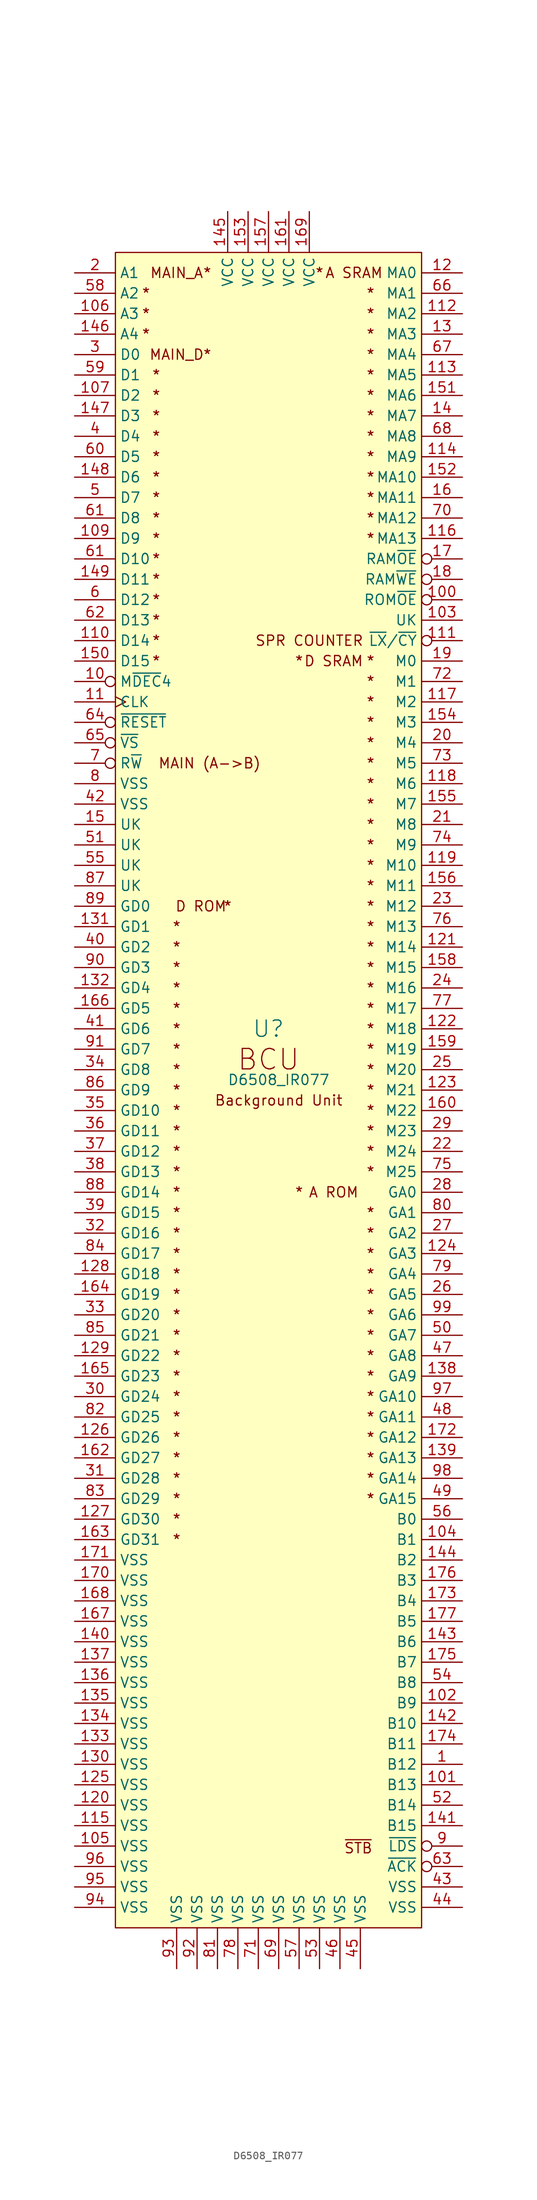
<source format=kicad_sym>
(kicad_symbol_lib
  (version 20211014)
  (generator kicad_symbol_editor)
  (symbol "D6508_IR077"
    (property "Reference" "U"
      (at 0 5.08 0)
      (effects (font (size 2.032 2.032))))
    (property "Value" "D6508_IR077"
      (at 1.27 -1.27 0)
      (effects (font (size 1.27 1.27))))
    (symbol "D6508_IR077_0_0"
      (text " (A->B)" (at -5.08 38.1 0) (effects (font (size 1.27 1.27))))
      (text " A ROM" (at 7.62 -15.24 0) (effects (font (size 1.27 1.27))))
      (text " A SRAM" (at 10.16 99.06 0) (effects (font (size 1.27 1.27))))
      (text " D ROM" (at -8.89 20.32 0) (effects (font (size 1.27 1.27))))
      (text " D SRAM" (at 7.62 50.8 0) (effects (font (size 1.27 1.27))))
      (text "*" (at -15.24 91.44 0) (effects (font (size 1.27 1.27))))
      (text "*" (at -15.24 93.98 0) (effects (font (size 1.27 1.27))))
      (text "*" (at -15.24 96.52 0) (effects (font (size 1.27 1.27))))
      (text "*" (at -13.97 50.8 0) (effects (font (size 1.27 1.27))))
      (text "*" (at -13.97 53.34 0) (effects (font (size 1.27 1.27))))
      (text "*" (at -13.97 55.88 0) (effects (font (size 1.27 1.27))))
      (text "*" (at -13.97 58.42 0) (effects (font (size 1.27 1.27))))
      (text "*" (at -13.97 60.96 0) (effects (font (size 1.27 1.27))))
      (text "*" (at -13.97 63.5 0) (effects (font (size 1.27 1.27))))
      (text "*" (at -13.97 66.04 0) (effects (font (size 1.27 1.27))))
      (text "*" (at -13.97 68.58 0) (effects (font (size 1.27 1.27))))
      (text "*" (at -13.97 71.12 0) (effects (font (size 1.27 1.27))))
      (text "*" (at -13.97 73.66 0) (effects (font (size 1.27 1.27))))
      (text "*" (at -13.97 76.2 0) (effects (font (size 1.27 1.27))))
      (text "*" (at -13.97 78.74 0) (effects (font (size 1.27 1.27))))
      (text "*" (at -13.97 81.28 0) (effects (font (size 1.27 1.27))))
      (text "*" (at -13.97 83.82 0) (effects (font (size 1.27 1.27))))
      (text "*" (at -13.97 86.36 0) (effects (font (size 1.27 1.27))))
      (text "*" (at -11.43 -58.42 0) (effects (font (size 1.27 1.27))))
      (text "*" (at -11.43 -55.88 0) (effects (font (size 1.27 1.27))))
      (text "*" (at -11.43 -53.34 0) (effects (font (size 1.27 1.27))))
      (text "*" (at -11.43 -50.8 0) (effects (font (size 1.27 1.27))))
      (text "*" (at -11.43 -48.26 0) (effects (font (size 1.27 1.27))))
      (text "*" (at -11.43 -45.72 0) (effects (font (size 1.27 1.27))))
      (text "*" (at -11.43 -43.18 0) (effects (font (size 1.27 1.27))))
      (text "*" (at -11.43 -40.64 0) (effects (font (size 1.27 1.27))))
      (text "*" (at -11.43 -38.1 0) (effects (font (size 1.27 1.27))))
      (text "*" (at -11.43 -35.56 0) (effects (font (size 1.27 1.27))))
      (text "*" (at -11.43 -33.02 0) (effects (font (size 1.27 1.27))))
      (text "*" (at -11.43 -30.48 0) (effects (font (size 1.27 1.27))))
      (text "*" (at -11.43 -27.94 0) (effects (font (size 1.27 1.27))))
      (text "*" (at -11.43 -25.4 0) (effects (font (size 1.27 1.27))))
      (text "*" (at -11.43 -22.86 0) (effects (font (size 1.27 1.27))))
      (text "*" (at -11.43 -20.32 0) (effects (font (size 1.27 1.27))))
      (text "*" (at -11.43 -17.78 0) (effects (font (size 1.27 1.27))))
      (text "*" (at -11.43 -15.24 0) (effects (font (size 1.27 1.27))))
      (text "*" (at -11.43 -12.7 0) (effects (font (size 1.27 1.27))))
      (text "*" (at -11.43 -10.16 0) (effects (font (size 1.27 1.27))))
      (text "*" (at -11.43 -7.62 0) (effects (font (size 1.27 1.27))))
      (text "*" (at -11.43 -5.08 0) (effects (font (size 1.27 1.27))))
      (text "*" (at -11.43 -2.54 0) (effects (font (size 1.27 1.27))))
      (text "*" (at -11.43 0 0) (effects (font (size 1.27 1.27))))
      (text "*" (at -11.43 2.54 0) (effects (font (size 1.27 1.27))))
      (text "*" (at -11.43 5.08 0) (effects (font (size 1.27 1.27))))
      (text "*" (at -11.43 7.62 0) (effects (font (size 1.27 1.27))))
      (text "*" (at -11.43 10.16 0) (effects (font (size 1.27 1.27))))
      (text "*" (at -11.43 12.7 0) (effects (font (size 1.27 1.27))))
      (text "*" (at -11.43 15.24 0) (effects (font (size 1.27 1.27))))
      (text "*" (at -11.43 17.78 0) (effects (font (size 1.27 1.27))))
      (text "*" (at -7.62 88.9 0) (effects (font (size 1.27 1.27))))
      (text "*" (at -7.62 99.06 0) (effects (font (size 1.27 1.27))))
      (text "*" (at -5.08 20.32 0) (effects (font (size 1.27 1.27))))
      (text "*" (at 3.81 -15.24 0) (effects (font (size 1.27 1.27))))
      (text "*" (at 3.81 50.8 0) (effects (font (size 1.27 1.27))))
      (text "*" (at 6.35 99.06 0) (effects (font (size 1.27 1.27))))
      (text "*" (at 12.7 -53.34 0) (effects (font (size 1.27 1.27))))
      (text "*" (at 12.7 -50.8 0) (effects (font (size 1.27 1.27))))
      (text "*" (at 12.7 -48.26 0) (effects (font (size 1.27 1.27))))
      (text "*" (at 12.7 -45.72 0) (effects (font (size 1.27 1.27))))
      (text "*" (at 12.7 -43.18 0) (effects (font (size 1.27 1.27))))
      (text "*" (at 12.7 -40.64 0) (effects (font (size 1.27 1.27))))
      (text "*" (at 12.7 -38.1 0) (effects (font (size 1.27 1.27))))
      (text "*" (at 12.7 -35.56 0) (effects (font (size 1.27 1.27))))
      (text "*" (at 12.7 -33.02 0) (effects (font (size 1.27 1.27))))
      (text "*" (at 12.7 -30.48 0) (effects (font (size 1.27 1.27))))
      (text "*" (at 12.7 -27.94 0) (effects (font (size 1.27 1.27))))
      (text "*" (at 12.7 -25.4 0) (effects (font (size 1.27 1.27))))
      (text "*" (at 12.7 -22.86 0) (effects (font (size 1.27 1.27))))
      (text "*" (at 12.7 -20.32 0) (effects (font (size 1.27 1.27))))
      (text "*" (at 12.7 -17.78 0) (effects (font (size 1.27 1.27))))
      (text "*" (at 12.7 -12.7 0) (effects (font (size 1.27 1.27))))
      (text "*" (at 12.7 -10.16 0) (effects (font (size 1.27 1.27))))
      (text "*" (at 12.7 -7.62 0) (effects (font (size 1.27 1.27))))
      (text "*" (at 12.7 -5.08 0) (effects (font (size 1.27 1.27))))
      (text "*" (at 12.7 -2.54 0) (effects (font (size 1.27 1.27))))
      (text "*" (at 12.7 0 0) (effects (font (size 1.27 1.27))))
      (text "*" (at 12.7 2.54 0) (effects (font (size 1.27 1.27))))
      (text "*" (at 12.7 5.08 0) (effects (font (size 1.27 1.27))))
      (text "*" (at 12.7 7.62 0) (effects (font (size 1.27 1.27))))
      (text "*" (at 12.7 10.16 0) (effects (font (size 1.27 1.27))))
      (text "*" (at 12.7 12.7 0) (effects (font (size 1.27 1.27))))
      (text "*" (at 12.7 15.24 0) (effects (font (size 1.27 1.27))))
      (text "*" (at 12.7 17.78 0) (effects (font (size 1.27 1.27))))
      (text "*" (at 12.7 20.32 0) (effects (font (size 1.27 1.27))))
      (text "*" (at 12.7 22.86 0) (effects (font (size 1.27 1.27))))
      (text "*" (at 12.7 25.4 0) (effects (font (size 1.27 1.27))))
      (text "*" (at 12.7 27.94 0) (effects (font (size 1.27 1.27))))
      (text "*" (at 12.7 30.48 0) (effects (font (size 1.27 1.27))))
      (text "*" (at 12.7 33.02 0) (effects (font (size 1.27 1.27))))
      (text "*" (at 12.7 35.56 0) (effects (font (size 1.27 1.27))))
      (text "*" (at 12.7 38.1 0) (effects (font (size 1.27 1.27))))
      (text "*" (at 12.7 40.64 0) (effects (font (size 1.27 1.27))))
      (text "*" (at 12.7 43.18 0) (effects (font (size 1.27 1.27))))
      (text "*" (at 12.7 45.72 0) (effects (font (size 1.27 1.27))))
      (text "*" (at 12.7 48.26 0) (effects (font (size 1.27 1.27))))
      (text "*" (at 12.7 50.8 0) (effects (font (size 1.27 1.27))))
      (text "*" (at 12.7 66.04 0) (effects (font (size 1.27 1.27))))
      (text "*" (at 12.7 68.58 0) (effects (font (size 1.27 1.27))))
      (text "*" (at 12.7 71.12 0) (effects (font (size 1.27 1.27))))
      (text "*" (at 12.7 73.66 0) (effects (font (size 1.27 1.27))))
      (text "*" (at 12.7 76.2 0) (effects (font (size 1.27 1.27))))
      (text "*" (at 12.7 78.74 0) (effects (font (size 1.27 1.27))))
      (text "*" (at 12.7 81.28 0) (effects (font (size 1.27 1.27))))
      (text "*" (at 12.7 83.82 0) (effects (font (size 1.27 1.27))))
      (text "*" (at 12.7 86.36 0) (effects (font (size 1.27 1.27))))
      (text "*" (at 12.7 88.9 0) (effects (font (size 1.27 1.27))))
      (text "*" (at 12.7 91.44 0) (effects (font (size 1.27 1.27))))
      (text "*" (at 12.7 93.98 0) (effects (font (size 1.27 1.27))))
      (text "*" (at 12.7 96.52 0) (effects (font (size 1.27 1.27))))
      (text "Background Unit" (at 1.27 -3.81 0) (effects (font (size 1.27 1.27))))
      (text "BCU" (at 0 1.27 0) (effects (font (size 2.54 2.54))))
      (text "MAIN" (at -11.43 38.1 0) (effects (font (size 1.27 1.27))))
      (text "MAIN_A" (at -11.43 99.06 0) (effects (font (size 1.27 1.27))))
      (text "MAIN_D" (at -11.43 88.9 0) (effects (font (size 1.27 1.27))))
      (text "SPR COUNTER" (at 5.08 53.34 0) (effects (font (size 1.27 1.27))))
      (text "~{STB}" (at 11.176 -96.774 0) (effects (font (size 1.27 1.27)))))
    (symbol "D6508_IR077_0_1"
      (rectangle (start -19.05 101.6) (end 19.05 -106.68) (stroke (width 0) (type default) (color 0 0 0 0)) (fill (type background))))
    (symbol "D6508_IR077_1_1"
      (pin bidirectional line (at 24.13 -86.36 180) (length 5.08) (name "B12" (effects (font (size 1.27 1.27)))) (number "1" (effects (font (size 1.27 1.27)))))
      (pin input inverted (at -24.13 48.26 0) (length 5.08) (name "M~{DEC}4" (effects (font (size 1.27 1.27)))) (number "10" (effects (font (size 1.27 1.27)))))
      (pin output inverted (at 24.13 58.42 180) (length 5.08) (name "ROM~{OE}" (effects (font (size 1.27 1.27)))) (number "100" (effects (font (size 1.27 1.27)))))
      (pin bidirectional line (at 24.13 -88.9 180) (length 5.08) (name "B13" (effects (font (size 1.27 1.27)))) (number "101" (effects (font (size 1.27 1.27)))))
      (pin bidirectional line (at 24.13 -78.74 180) (length 5.08) (name "B9" (effects (font (size 1.27 1.27)))) (number "102" (effects (font (size 1.27 1.27)))))
      (pin output line (at 24.13 55.88 180) (length 5.08) (name "UK" (effects (font (size 1.27 1.27)))) (number "103" (effects (font (size 1.27 1.27)))))
      (pin bidirectional line (at 24.13 -58.42 180) (length 5.08) (name "B1" (effects (font (size 1.27 1.27)))) (number "104" (effects (font (size 1.27 1.27)))))
      (pin power_in line (at -24.13 -96.52 0) (length 5.08) (name "VSS" (effects (font (size 1.27 1.27)))) (number "105" (effects (font (size 1.27 1.27)))))
      (pin input line (at -24.13 93.98 0) (length 5.08) (name "A3" (effects (font (size 1.27 1.27)))) (number "106" (effects (font (size 1.27 1.27)))))
      (pin bidirectional line (at -24.13 83.82 0) (length 5.08) (name "D2" (effects (font (size 1.27 1.27)))) (number "107" (effects (font (size 1.27 1.27)))))
      (pin bidirectional line (at -24.13 66.04 0) (length 5.08) (name "D9" (effects (font (size 1.27 1.27)))) (number "109" (effects (font (size 1.27 1.27)))))
      (pin input clock (at -24.13 45.72 0) (length 5.08) (name "CLK" (effects (font (size 1.27 1.27)))) (number "11" (effects (font (size 1.27 1.27)))))
      (pin bidirectional line (at -24.13 53.34 0) (length 5.08) (name "D14" (effects (font (size 1.27 1.27)))) (number "110" (effects (font (size 1.27 1.27)))))
      (pin output inverted (at 24.13 53.34 180) (length 5.08) (name "~{LX}/~{CY}" (effects (font (size 1.27 1.27)))) (number "111" (effects (font (size 1.27 1.27)))))
      (pin output line (at 24.13 93.98 180) (length 5.08) (name "MA2" (effects (font (size 1.27 1.27)))) (number "112" (effects (font (size 1.27 1.27)))))
      (pin output line (at 24.13 86.36 180) (length 5.08) (name "MA5" (effects (font (size 1.27 1.27)))) (number "113" (effects (font (size 1.27 1.27)))))
      (pin output line (at 24.13 76.2 180) (length 5.08) (name "MA9" (effects (font (size 1.27 1.27)))) (number "114" (effects (font (size 1.27 1.27)))))
      (pin power_in line (at -24.13 -93.98 0) (length 5.08) (name "VSS" (effects (font (size 1.27 1.27)))) (number "115" (effects (font (size 1.27 1.27)))))
      (pin output line (at 24.13 66.04 180) (length 5.08) (name "MA13" (effects (font (size 1.27 1.27)))) (number "116" (effects (font (size 1.27 1.27)))))
      (pin bidirectional line (at 24.13 45.72 180) (length 5.08) (name "M2" (effects (font (size 1.27 1.27)))) (number "117" (effects (font (size 1.27 1.27)))))
      (pin bidirectional line (at 24.13 35.56 180) (length 5.08) (name "M6" (effects (font (size 1.27 1.27)))) (number "118" (effects (font (size 1.27 1.27)))))
      (pin bidirectional line (at 24.13 25.4 180) (length 5.08) (name "M10" (effects (font (size 1.27 1.27)))) (number "119" (effects (font (size 1.27 1.27)))))
      (pin output line (at 24.13 99.06 180) (length 5.08) (name "MA0" (effects (font (size 1.27 1.27)))) (number "12" (effects (font (size 1.27 1.27)))))
      (pin power_in line (at -24.13 -91.44 0) (length 5.08) (name "VSS" (effects (font (size 1.27 1.27)))) (number "120" (effects (font (size 1.27 1.27)))))
      (pin bidirectional line (at 24.13 15.24 180) (length 5.08) (name "M14" (effects (font (size 1.27 1.27)))) (number "121" (effects (font (size 1.27 1.27)))))
      (pin bidirectional line (at 24.13 5.08 180) (length 5.08) (name "M18" (effects (font (size 1.27 1.27)))) (number "122" (effects (font (size 1.27 1.27)))))
      (pin bidirectional line (at 24.13 -2.54 180) (length 5.08) (name "M21" (effects (font (size 1.27 1.27)))) (number "123" (effects (font (size 1.27 1.27)))))
      (pin output line (at 24.13 -22.86 180) (length 5.08) (name "GA3" (effects (font (size 1.27 1.27)))) (number "124" (effects (font (size 1.27 1.27)))))
      (pin power_in line (at -24.13 -88.9 0) (length 5.08) (name "VSS" (effects (font (size 1.27 1.27)))) (number "125" (effects (font (size 1.27 1.27)))))
      (pin bidirectional line (at -24.13 -45.72 0) (length 5.08) (name "GD26" (effects (font (size 1.27 1.27)))) (number "126" (effects (font (size 1.27 1.27)))))
      (pin bidirectional line (at -24.13 -55.88 0) (length 5.08) (name "GD30" (effects (font (size 1.27 1.27)))) (number "127" (effects (font (size 1.27 1.27)))))
      (pin bidirectional line (at -24.13 -25.4 0) (length 5.08) (name "GD18" (effects (font (size 1.27 1.27)))) (number "128" (effects (font (size 1.27 1.27)))))
      (pin bidirectional line (at -24.13 -35.56 0) (length 5.08) (name "GD22" (effects (font (size 1.27 1.27)))) (number "129" (effects (font (size 1.27 1.27)))))
      (pin output line (at 24.13 91.44 180) (length 5.08) (name "MA3" (effects (font (size 1.27 1.27)))) (number "13" (effects (font (size 1.27 1.27)))))
      (pin power_in line (at -24.13 -86.36 0) (length 5.08) (name "VSS" (effects (font (size 1.27 1.27)))) (number "130" (effects (font (size 1.27 1.27)))))
      (pin bidirectional line (at -24.13 17.78 0) (length 5.08) (name "GD1" (effects (font (size 1.27 1.27)))) (number "131" (effects (font (size 1.27 1.27)))))
      (pin bidirectional line (at -24.13 10.16 0) (length 5.08) (name "GD4" (effects (font (size 1.27 1.27)))) (number "132" (effects (font (size 1.27 1.27)))))
      (pin power_in line (at -24.13 -83.82 0) (length 5.08) (name "VSS" (effects (font (size 1.27 1.27)))) (number "133" (effects (font (size 1.27 1.27)))))
      (pin power_in line (at -24.13 -81.28 0) (length 5.08) (name "VSS" (effects (font (size 1.27 1.27)))) (number "134" (effects (font (size 1.27 1.27)))))
      (pin power_in line (at -24.13 -78.74 0) (length 5.08) (name "VSS" (effects (font (size 1.27 1.27)))) (number "135" (effects (font (size 1.27 1.27)))))
      (pin power_in line (at -24.13 -76.2 0) (length 5.08) (name "VSS" (effects (font (size 1.27 1.27)))) (number "136" (effects (font (size 1.27 1.27)))))
      (pin power_in line (at -24.13 -73.66 0) (length 5.08) (name "VSS" (effects (font (size 1.27 1.27)))) (number "137" (effects (font (size 1.27 1.27)))))
      (pin output line (at 24.13 -38.1 180) (length 5.08) (name "GA9" (effects (font (size 1.27 1.27)))) (number "138" (effects (font (size 1.27 1.27)))))
      (pin output line (at 24.13 -48.26 180) (length 5.08) (name "GA13" (effects (font (size 1.27 1.27)))) (number "139" (effects (font (size 1.27 1.27)))))
      (pin output line (at 24.13 81.28 180) (length 5.08) (name "MA7" (effects (font (size 1.27 1.27)))) (number "14" (effects (font (size 1.27 1.27)))))
      (pin power_in line (at -24.13 -71.12 0) (length 5.08) (name "VSS" (effects (font (size 1.27 1.27)))) (number "140" (effects (font (size 1.27 1.27)))))
      (pin bidirectional line (at 24.13 -93.98 180) (length 5.08) (name "B15" (effects (font (size 1.27 1.27)))) (number "141" (effects (font (size 1.27 1.27)))))
      (pin bidirectional line (at 24.13 -81.28 180) (length 5.08) (name "B10" (effects (font (size 1.27 1.27)))) (number "142" (effects (font (size 1.27 1.27)))))
      (pin bidirectional line (at 24.13 -71.12 180) (length 5.08) (name "B6" (effects (font (size 1.27 1.27)))) (number "143" (effects (font (size 1.27 1.27)))))
      (pin bidirectional line (at 24.13 -60.96 180) (length 5.08) (name "B2" (effects (font (size 1.27 1.27)))) (number "144" (effects (font (size 1.27 1.27)))))
      (pin power_in line (at -5.08 106.68 270) (length 5.08) (name "VCC" (effects (font (size 1.27 1.27)))) (number "145" (effects (font (size 1.27 1.27)))))
      (pin input line (at -24.13 91.44 0) (length 5.08) (name "A4" (effects (font (size 1.27 1.27)))) (number "146" (effects (font (size 1.27 1.27)))))
      (pin bidirectional line (at -24.13 81.28 0) (length 5.08) (name "D3" (effects (font (size 1.27 1.27)))) (number "147" (effects (font (size 1.27 1.27)))))
      (pin bidirectional line (at -24.13 73.66 0) (length 5.08) (name "D6" (effects (font (size 1.27 1.27)))) (number "148" (effects (font (size 1.27 1.27)))))
      (pin bidirectional line (at -24.13 60.96 0) (length 5.08) (name "D11" (effects (font (size 1.27 1.27)))) (number "149" (effects (font (size 1.27 1.27)))))
      (pin input line (at -24.13 30.48 0) (length 5.08) (name "UK" (effects (font (size 1.27 1.27)))) (number "15" (effects (font (size 1.27 1.27)))))
      (pin bidirectional line (at -24.13 50.8 0) (length 5.08) (name "D15" (effects (font (size 1.27 1.27)))) (number "150" (effects (font (size 1.27 1.27)))))
      (pin output line (at 24.13 83.82 180) (length 5.08) (name "MA6" (effects (font (size 1.27 1.27)))) (number "151" (effects (font (size 1.27 1.27)))))
      (pin output line (at 24.13 73.66 180) (length 5.08) (name "MA10" (effects (font (size 1.27 1.27)))) (number "152" (effects (font (size 1.27 1.27)))))
      (pin power_in line (at -2.54 106.68 270) (length 5.08) (name "VCC" (effects (font (size 1.27 1.27)))) (number "153" (effects (font (size 1.27 1.27)))))
      (pin bidirectional line (at 24.13 43.18 180) (length 5.08) (name "M3" (effects (font (size 1.27 1.27)))) (number "154" (effects (font (size 1.27 1.27)))))
      (pin bidirectional line (at 24.13 33.02 180) (length 5.08) (name "M7" (effects (font (size 1.27 1.27)))) (number "155" (effects (font (size 1.27 1.27)))))
      (pin bidirectional line (at 24.13 22.86 180) (length 5.08) (name "M11" (effects (font (size 1.27 1.27)))) (number "156" (effects (font (size 1.27 1.27)))))
      (pin power_in line (at 0 106.68 270) (length 5.08) (name "VCC" (effects (font (size 1.27 1.27)))) (number "157" (effects (font (size 1.27 1.27)))))
      (pin bidirectional line (at 24.13 12.7 180) (length 5.08) (name "M15" (effects (font (size 1.27 1.27)))) (number "158" (effects (font (size 1.27 1.27)))))
      (pin bidirectional line (at 24.13 2.54 180) (length 5.08) (name "M19" (effects (font (size 1.27 1.27)))) (number "159" (effects (font (size 1.27 1.27)))))
      (pin output line (at 24.13 71.12 180) (length 5.08) (name "MA11" (effects (font (size 1.27 1.27)))) (number "16" (effects (font (size 1.27 1.27)))))
      (pin bidirectional line (at 24.13 -5.08 180) (length 5.08) (name "M22" (effects (font (size 1.27 1.27)))) (number "160" (effects (font (size 1.27 1.27)))))
      (pin power_in line (at 2.54 106.68 270) (length 5.08) (name "VCC" (effects (font (size 1.27 1.27)))) (number "161" (effects (font (size 1.27 1.27)))))
      (pin bidirectional line (at -24.13 -48.26 0) (length 5.08) (name "GD27" (effects (font (size 1.27 1.27)))) (number "162" (effects (font (size 1.27 1.27)))))
      (pin bidirectional line (at -24.13 -58.42 0) (length 5.08) (name "GD31" (effects (font (size 1.27 1.27)))) (number "163" (effects (font (size 1.27 1.27)))))
      (pin bidirectional line (at -24.13 -27.94 0) (length 5.08) (name "GD19" (effects (font (size 1.27 1.27)))) (number "164" (effects (font (size 1.27 1.27)))))
      (pin bidirectional line (at -24.13 -38.1 0) (length 5.08) (name "GD23" (effects (font (size 1.27 1.27)))) (number "165" (effects (font (size 1.27 1.27)))))
      (pin bidirectional line (at -24.13 7.62 0) (length 5.08) (name "GD5" (effects (font (size 1.27 1.27)))) (number "166" (effects (font (size 1.27 1.27)))))
      (pin power_in line (at -24.13 -68.58 0) (length 5.08) (name "VSS" (effects (font (size 1.27 1.27)))) (number "167" (effects (font (size 1.27 1.27)))))
      (pin power_in line (at -24.13 -66.04 0) (length 5.08) (name "VSS" (effects (font (size 1.27 1.27)))) (number "168" (effects (font (size 1.27 1.27)))))
      (pin power_in line (at 5.08 106.68 270) (length 5.08) (name "VCC" (effects (font (size 1.27 1.27)))) (number "169" (effects (font (size 1.27 1.27)))))
      (pin output inverted (at 24.13 63.5 180) (length 5.08) (name "RAM~{OE}" (effects (font (size 1.27 1.27)))) (number "17" (effects (font (size 1.27 1.27)))))
      (pin power_in line (at -24.13 -63.5 0) (length 5.08) (name "VSS" (effects (font (size 1.27 1.27)))) (number "170" (effects (font (size 1.27 1.27)))))
      (pin power_in line (at -24.13 -60.96 0) (length 5.08) (name "VSS" (effects (font (size 1.27 1.27)))) (number "171" (effects (font (size 1.27 1.27)))))
      (pin output line (at 24.13 -45.72 180) (length 5.08) (name "GA12" (effects (font (size 1.27 1.27)))) (number "172" (effects (font (size 1.27 1.27)))))
      (pin bidirectional line (at 24.13 -66.04 180) (length 5.08) (name "B4" (effects (font (size 1.27 1.27)))) (number "173" (effects (font (size 1.27 1.27)))))
      (pin bidirectional line (at 24.13 -83.82 180) (length 5.08) (name "B11" (effects (font (size 1.27 1.27)))) (number "174" (effects (font (size 1.27 1.27)))))
      (pin bidirectional line (at 24.13 -73.66 180) (length 5.08) (name "B7" (effects (font (size 1.27 1.27)))) (number "175" (effects (font (size 1.27 1.27)))))
      (pin bidirectional line (at 24.13 -63.5 180) (length 5.08) (name "B3" (effects (font (size 1.27 1.27)))) (number "176" (effects (font (size 1.27 1.27)))))
      (pin bidirectional line (at 24.13 -68.58 180) (length 5.08) (name "B5" (effects (font (size 1.27 1.27)))) (number "177" (effects (font (size 1.27 1.27)))))
      (pin output inverted (at 24.13 60.96 180) (length 5.08) (name "RAM~{WE}" (effects (font (size 1.27 1.27)))) (number "18" (effects (font (size 1.27 1.27)))))
      (pin bidirectional line (at 24.13 50.8 180) (length 5.08) (name "M0" (effects (font (size 1.27 1.27)))) (number "19" (effects (font (size 1.27 1.27)))))
      (pin input line (at -24.13 99.06 0) (length 5.08) (name "A1" (effects (font (size 1.27 1.27)))) (number "2" (effects (font (size 1.27 1.27)))))
      (pin bidirectional line (at 24.13 40.64 180) (length 5.08) (name "M4" (effects (font (size 1.27 1.27)))) (number "20" (effects (font (size 1.27 1.27)))))
      (pin bidirectional line (at 24.13 30.48 180) (length 5.08) (name "M8" (effects (font (size 1.27 1.27)))) (number "21" (effects (font (size 1.27 1.27)))))
      (pin bidirectional line (at 24.13 -10.16 180) (length 5.08) (name "M24" (effects (font (size 1.27 1.27)))) (number "22" (effects (font (size 1.27 1.27)))))
      (pin bidirectional line (at 24.13 20.32 180) (length 5.08) (name "M12" (effects (font (size 1.27 1.27)))) (number "23" (effects (font (size 1.27 1.27)))))
      (pin bidirectional line (at 24.13 10.16 180) (length 5.08) (name "M16" (effects (font (size 1.27 1.27)))) (number "24" (effects (font (size 1.27 1.27)))))
      (pin bidirectional line (at 24.13 0 180) (length 5.08) (name "M20" (effects (font (size 1.27 1.27)))) (number "25" (effects (font (size 1.27 1.27)))))
      (pin output line (at 24.13 -27.94 180) (length 5.08) (name "GA5" (effects (font (size 1.27 1.27)))) (number "26" (effects (font (size 1.27 1.27)))))
      (pin output line (at 24.13 -20.32 180) (length 5.08) (name "GA2" (effects (font (size 1.27 1.27)))) (number "27" (effects (font (size 1.27 1.27)))))
      (pin output line (at 24.13 -15.24 180) (length 5.08) (name "GA0" (effects (font (size 1.27 1.27)))) (number "28" (effects (font (size 1.27 1.27)))))
      (pin bidirectional line (at 24.13 -7.62 180) (length 5.08) (name "M23" (effects (font (size 1.27 1.27)))) (number "29" (effects (font (size 1.27 1.27)))))
      (pin bidirectional line (at -24.13 88.9 0) (length 5.08) (name "D0" (effects (font (size 1.27 1.27)))) (number "3" (effects (font (size 1.27 1.27)))))
      (pin bidirectional line (at -24.13 -40.64 0) (length 5.08) (name "GD24" (effects (font (size 1.27 1.27)))) (number "30" (effects (font (size 1.27 1.27)))))
      (pin bidirectional line (at -24.13 -50.8 0) (length 5.08) (name "GD28" (effects (font (size 1.27 1.27)))) (number "31" (effects (font (size 1.27 1.27)))))
      (pin bidirectional line (at -24.13 -20.32 0) (length 5.08) (name "GD16" (effects (font (size 1.27 1.27)))) (number "32" (effects (font (size 1.27 1.27)))))
      (pin bidirectional line (at -24.13 -30.48 0) (length 5.08) (name "GD20" (effects (font (size 1.27 1.27)))) (number "33" (effects (font (size 1.27 1.27)))))
      (pin bidirectional line (at -24.13 0 0) (length 5.08) (name "GD8" (effects (font (size 1.27 1.27)))) (number "34" (effects (font (size 1.27 1.27)))))
      (pin bidirectional line (at -24.13 -5.08 0) (length 5.08) (name "GD10" (effects (font (size 1.27 1.27)))) (number "35" (effects (font (size 1.27 1.27)))))
      (pin bidirectional line (at -24.13 -7.62 0) (length 5.08) (name "GD11" (effects (font (size 1.27 1.27)))) (number "36" (effects (font (size 1.27 1.27)))))
      (pin bidirectional line (at -24.13 -10.16 0) (length 5.08) (name "GD12" (effects (font (size 1.27 1.27)))) (number "37" (effects (font (size 1.27 1.27)))))
      (pin bidirectional line (at -24.13 -12.7 0) (length 5.08) (name "GD13" (effects (font (size 1.27 1.27)))) (number "38" (effects (font (size 1.27 1.27)))))
      (pin bidirectional line (at -24.13 -17.78 0) (length 5.08) (name "GD15" (effects (font (size 1.27 1.27)))) (number "39" (effects (font (size 1.27 1.27)))))
      (pin bidirectional line (at -24.13 78.74 0) (length 5.08) (name "D4" (effects (font (size 1.27 1.27)))) (number "4" (effects (font (size 1.27 1.27)))))
      (pin bidirectional line (at -24.13 15.24 0) (length 5.08) (name "GD2" (effects (font (size 1.27 1.27)))) (number "40" (effects (font (size 1.27 1.27)))))
      (pin bidirectional line (at -24.13 5.08 0) (length 5.08) (name "GD6" (effects (font (size 1.27 1.27)))) (number "41" (effects (font (size 1.27 1.27)))))
      (pin power_in line (at -24.13 33.02 0) (length 5.08) (name "VSS" (effects (font (size 1.27 1.27)))) (number "42" (effects (font (size 1.27 1.27)))))
      (pin power_in line (at 24.13 -101.6 180) (length 5.08) (name "VSS" (effects (font (size 1.27 1.27)))) (number "43" (effects (font (size 1.27 1.27)))))
      (pin power_in line (at 24.13 -104.14 180) (length 5.08) (name "VSS" (effects (font (size 1.27 1.27)))) (number "44" (effects (font (size 1.27 1.27)))))
      (pin power_in line (at 11.43 -111.76 90) (length 5.08) (name "VSS" (effects (font (size 1.27 1.27)))) (number "45" (effects (font (size 1.27 1.27)))))
      (pin power_in line (at 8.89 -111.76 90) (length 5.08) (name "VSS" (effects (font (size 1.27 1.27)))) (number "46" (effects (font (size 1.27 1.27)))))
      (pin output line (at 24.13 -35.56 180) (length 5.08) (name "GA8" (effects (font (size 1.27 1.27)))) (number "47" (effects (font (size 1.27 1.27)))))
      (pin output line (at 24.13 -43.18 180) (length 5.08) (name "GA11" (effects (font (size 1.27 1.27)))) (number "48" (effects (font (size 1.27 1.27)))))
      (pin output line (at 24.13 -53.34 180) (length 5.08) (name "GA15" (effects (font (size 1.27 1.27)))) (number "49" (effects (font (size 1.27 1.27)))))
      (pin bidirectional line (at -24.13 71.12 0) (length 5.08) (name "D7" (effects (font (size 1.27 1.27)))) (number "5" (effects (font (size 1.27 1.27)))))
      (pin output line (at 24.13 -33.02 180) (length 5.08) (name "GA7" (effects (font (size 1.27 1.27)))) (number "50" (effects (font (size 1.27 1.27)))))
      (pin input line (at -24.13 27.94 0) (length 5.08) (name "UK" (effects (font (size 1.27 1.27)))) (number "51" (effects (font (size 1.27 1.27)))))
      (pin bidirectional line (at 24.13 -91.44 180) (length 5.08) (name "B14" (effects (font (size 1.27 1.27)))) (number "52" (effects (font (size 1.27 1.27)))))
      (pin power_in line (at 6.35 -111.76 90) (length 5.08) (name "VSS" (effects (font (size 1.27 1.27)))) (number "53" (effects (font (size 1.27 1.27)))))
      (pin bidirectional line (at 24.13 -76.2 180) (length 5.08) (name "B8" (effects (font (size 1.27 1.27)))) (number "54" (effects (font (size 1.27 1.27)))))
      (pin input line (at -24.13 25.4 0) (length 5.08) (name "UK" (effects (font (size 1.27 1.27)))) (number "55" (effects (font (size 1.27 1.27)))))
      (pin bidirectional line (at 24.13 -55.88 180) (length 5.08) (name "B0" (effects (font (size 1.27 1.27)))) (number "56" (effects (font (size 1.27 1.27)))))
      (pin power_in line (at 3.81 -111.76 90) (length 5.08) (name "VSS" (effects (font (size 1.27 1.27)))) (number "57" (effects (font (size 1.27 1.27)))))
      (pin input line (at -24.13 96.52 0) (length 5.08) (name "A2" (effects (font (size 1.27 1.27)))) (number "58" (effects (font (size 1.27 1.27)))))
      (pin bidirectional line (at -24.13 86.36 0) (length 5.08) (name "D1" (effects (font (size 1.27 1.27)))) (number "59" (effects (font (size 1.27 1.27)))))
      (pin bidirectional line (at -24.13 58.42 0) (length 5.08) (name "D12" (effects (font (size 1.27 1.27)))) (number "6" (effects (font (size 1.27 1.27)))))
      (pin bidirectional line (at -24.13 76.2 0) (length 5.08) (name "D5" (effects (font (size 1.27 1.27)))) (number "60" (effects (font (size 1.27 1.27)))))
      (pin bidirectional line (at -24.13 63.5 0) (length 5.08) (name "D10" (effects (font (size 1.27 1.27)))) (number "61" (effects (font (size 1.27 1.27)))))
      (pin bidirectional line (at -24.13 68.58 0) (length 5.08) (name "D8" (effects (font (size 1.27 1.27)))) (number "61" (effects (font (size 1.27 1.27)))))
      (pin bidirectional line (at -24.13 55.88 0) (length 5.08) (name "D13" (effects (font (size 1.27 1.27)))) (number "62" (effects (font (size 1.27 1.27)))))
      (pin output inverted (at 24.13 -99.06 180) (length 5.08) (name "~{ACK}" (effects (font (size 1.27 1.27)))) (number "63" (effects (font (size 1.27 1.27)))))
      (pin input inverted (at -24.13 43.18 0) (length 5.08) (name "~{RESET}" (effects (font (size 1.27 1.27)))) (number "64" (effects (font (size 1.27 1.27)))))
      (pin input inverted (at -24.13 40.64 0) (length 5.08) (name "~{VS}" (effects (font (size 1.27 1.27)))) (number "65" (effects (font (size 1.27 1.27)))))
      (pin output line (at 24.13 96.52 180) (length 5.08) (name "MA1" (effects (font (size 1.27 1.27)))) (number "66" (effects (font (size 1.27 1.27)))))
      (pin output line (at 24.13 88.9 180) (length 5.08) (name "MA4" (effects (font (size 1.27 1.27)))) (number "67" (effects (font (size 1.27 1.27)))))
      (pin output line (at 24.13 78.74 180) (length 5.08) (name "MA8" (effects (font (size 1.27 1.27)))) (number "68" (effects (font (size 1.27 1.27)))))
      (pin power_in line (at 1.27 -111.76 90) (length 5.08) (name "VSS" (effects (font (size 1.27 1.27)))) (number "69" (effects (font (size 1.27 1.27)))))
      (pin input inverted (at -24.13 38.1 0) (length 5.08) (name "R~{W}" (effects (font (size 1.27 1.27)))) (number "7" (effects (font (size 1.27 1.27)))))
      (pin output line (at 24.13 68.58 180) (length 5.08) (name "MA12" (effects (font (size 1.27 1.27)))) (number "70" (effects (font (size 1.27 1.27)))))
      (pin power_in line (at -1.27 -111.76 90) (length 5.08) (name "VSS" (effects (font (size 1.27 1.27)))) (number "71" (effects (font (size 1.27 1.27)))))
      (pin bidirectional line (at 24.13 48.26 180) (length 5.08) (name "M1" (effects (font (size 1.27 1.27)))) (number "72" (effects (font (size 1.27 1.27)))))
      (pin bidirectional line (at 24.13 38.1 180) (length 5.08) (name "M5" (effects (font (size 1.27 1.27)))) (number "73" (effects (font (size 1.27 1.27)))))
      (pin bidirectional line (at 24.13 27.94 180) (length 5.08) (name "M9" (effects (font (size 1.27 1.27)))) (number "74" (effects (font (size 1.27 1.27)))))
      (pin bidirectional line (at 24.13 -12.7 180) (length 5.08) (name "M25" (effects (font (size 1.27 1.27)))) (number "75" (effects (font (size 1.27 1.27)))))
      (pin bidirectional line (at 24.13 17.78 180) (length 5.08) (name "M13" (effects (font (size 1.27 1.27)))) (number "76" (effects (font (size 1.27 1.27)))))
      (pin bidirectional line (at 24.13 7.62 180) (length 5.08) (name "M17" (effects (font (size 1.27 1.27)))) (number "77" (effects (font (size 1.27 1.27)))))
      (pin power_in line (at -3.81 -111.76 90) (length 5.08) (name "VSS" (effects (font (size 1.27 1.27)))) (number "78" (effects (font (size 1.27 1.27)))))
      (pin output line (at 24.13 -25.4 180) (length 5.08) (name "GA4" (effects (font (size 1.27 1.27)))) (number "79" (effects (font (size 1.27 1.27)))))
      (pin power_in line (at -24.13 35.56 0) (length 5.08) (name "VSS" (effects (font (size 1.27 1.27)))) (number "8" (effects (font (size 1.27 1.27)))))
      (pin output line (at 24.13 -17.78 180) (length 5.08) (name "GA1" (effects (font (size 1.27 1.27)))) (number "80" (effects (font (size 1.27 1.27)))))
      (pin power_in line (at -6.35 -111.76 90) (length 5.08) (name "VSS" (effects (font (size 1.27 1.27)))) (number "81" (effects (font (size 1.27 1.27)))))
      (pin bidirectional line (at -24.13 -43.18 0) (length 5.08) (name "GD25" (effects (font (size 1.27 1.27)))) (number "82" (effects (font (size 1.27 1.27)))))
      (pin bidirectional line (at -24.13 -53.34 0) (length 5.08) (name "GD29" (effects (font (size 1.27 1.27)))) (number "83" (effects (font (size 1.27 1.27)))))
      (pin bidirectional line (at -24.13 -22.86 0) (length 5.08) (name "GD17" (effects (font (size 1.27 1.27)))) (number "84" (effects (font (size 1.27 1.27)))))
      (pin bidirectional line (at -24.13 -33.02 0) (length 5.08) (name "GD21" (effects (font (size 1.27 1.27)))) (number "85" (effects (font (size 1.27 1.27)))))
      (pin bidirectional line (at -24.13 -2.54 0) (length 5.08) (name "GD9" (effects (font (size 1.27 1.27)))) (number "86" (effects (font (size 1.27 1.27)))))
      (pin input line (at -24.13 22.86 0) (length 5.08) (name "UK" (effects (font (size 1.27 1.27)))) (number "87" (effects (font (size 1.27 1.27)))))
      (pin bidirectional line (at -24.13 -15.24 0) (length 5.08) (name "GD14" (effects (font (size 1.27 1.27)))) (number "88" (effects (font (size 1.27 1.27)))))
      (pin bidirectional line (at -24.13 20.32 0) (length 5.08) (name "GD0" (effects (font (size 1.27 1.27)))) (number "89" (effects (font (size 1.27 1.27)))))
      (pin output inverted (at 24.13 -96.52 180) (length 5.08) (name "~{LDS}" (effects (font (size 1.27 1.27)))) (number "9" (effects (font (size 1.27 1.27)))))
      (pin bidirectional line (at -24.13 12.7 0) (length 5.08) (name "GD3" (effects (font (size 1.27 1.27)))) (number "90" (effects (font (size 1.27 1.27)))))
      (pin bidirectional line (at -24.13 2.54 0) (length 5.08) (name "GD7" (effects (font (size 1.27 1.27)))) (number "91" (effects (font (size 1.27 1.27)))))
      (pin power_in line (at -8.89 -111.76 90) (length 5.08) (name "VSS" (effects (font (size 1.27 1.27)))) (number "92" (effects (font (size 1.27 1.27)))))
      (pin power_in line (at -11.43 -111.76 90) (length 5.08) (name "VSS" (effects (font (size 1.27 1.27)))) (number "93" (effects (font (size 1.27 1.27)))))
      (pin power_in line (at -24.13 -104.14 0) (length 5.08) (name "VSS" (effects (font (size 1.27 1.27)))) (number "94" (effects (font (size 1.27 1.27)))))
      (pin power_in line (at -24.13 -101.6 0) (length 5.08) (name "VSS" (effects (font (size 1.27 1.27)))) (number "95" (effects (font (size 1.27 1.27)))))
      (pin power_in line (at -24.13 -99.06 0) (length 5.08) (name "VSS" (effects (font (size 1.27 1.27)))) (number "96" (effects (font (size 1.27 1.27)))))
      (pin output line (at 24.13 -40.64 180) (length 5.08) (name "GA10" (effects (font (size 1.27 1.27)))) (number "97" (effects (font (size 1.27 1.27)))))
      (pin output line (at 24.13 -50.8 180) (length 5.08) (name "GA14" (effects (font (size 1.27 1.27)))) (number "98" (effects (font (size 1.27 1.27)))))
      (pin output line (at 24.13 -30.48 180) (length 5.08) (name "GA6" (effects (font (size 1.27 1.27)))) (number "99" (effects (font (size 1.27 1.27))))))))
</source>
